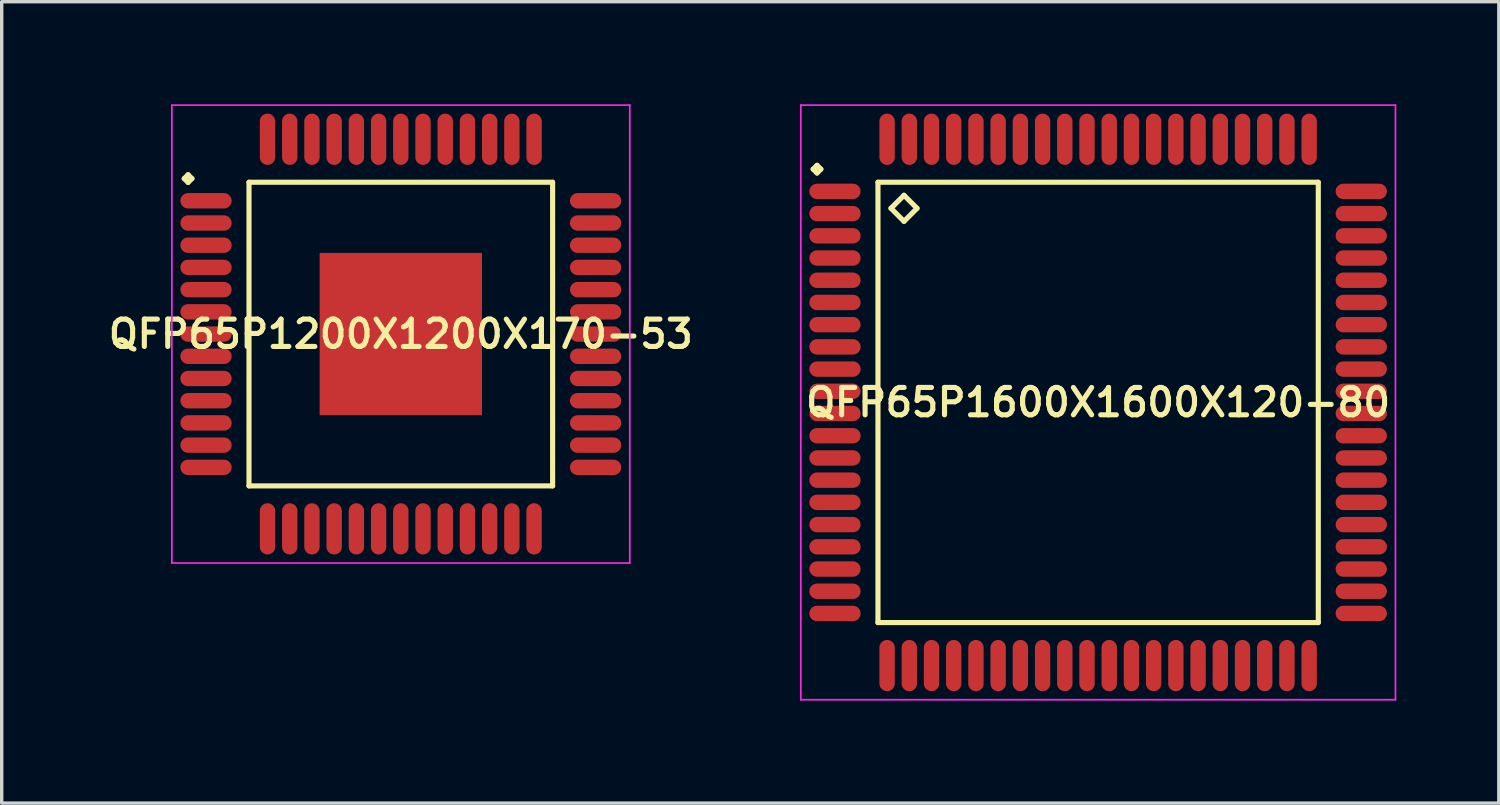
<source format=kicad_pcb>
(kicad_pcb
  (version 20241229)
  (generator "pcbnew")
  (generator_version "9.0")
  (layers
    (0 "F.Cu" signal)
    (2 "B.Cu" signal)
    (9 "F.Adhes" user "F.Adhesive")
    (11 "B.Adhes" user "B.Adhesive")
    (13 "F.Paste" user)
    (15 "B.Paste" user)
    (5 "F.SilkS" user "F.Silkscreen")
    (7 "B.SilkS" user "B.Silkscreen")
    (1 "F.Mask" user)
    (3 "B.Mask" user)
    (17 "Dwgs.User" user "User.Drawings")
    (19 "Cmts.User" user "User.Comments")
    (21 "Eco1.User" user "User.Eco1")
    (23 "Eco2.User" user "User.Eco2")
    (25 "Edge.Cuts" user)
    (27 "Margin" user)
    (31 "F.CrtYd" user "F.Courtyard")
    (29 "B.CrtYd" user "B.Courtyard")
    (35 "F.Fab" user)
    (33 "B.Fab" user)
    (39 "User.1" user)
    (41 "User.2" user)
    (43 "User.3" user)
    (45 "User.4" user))
  (footprint "QFP65P1200X1200X170-53"
    (layer "F.Cu")
    (at 8.678 6.725)
    (property "Reference" "QFP65P1200X1200X170-53" (at 0 0 0) (layer "F.SilkS") (effects (font (size 0.8 0.8) (thickness 0.15))))
    (attr smd)
    (fp_line (start -6.338 -4.55) (end -6.225 -4.662) (stroke (width 0.15) (type solid)) (layer "F.SilkS"))
    (fp_line (start -6.225 -4.662) (end -6.112 -4.55) (stroke (width 0.15) (type solid)) (layer "F.SilkS"))
    (fp_line (start -6.225 -4.438) (end -6.338 -4.55) (stroke (width 0.15) (type solid)) (layer "F.SilkS"))
    (fp_line (start -6.112 -4.55) (end -6.225 -4.438) (stroke (width 0.15) (type solid)) (layer "F.SilkS"))
    (fp_line (start -4.442 -4.442) (end -4.442 4.442) (stroke (width 0.15) (type solid)) (layer "F.SilkS"))
    (fp_line (start -4.442 4.442) (end 4.442 4.442) (stroke (width 0.15) (type solid)) (layer "F.SilkS"))
    (fp_line (start 4.442 -4.442) (end -4.442 -4.442) (stroke (width 0.15) (type solid)) (layer "F.SilkS"))
    (fp_line (start 4.442 4.442) (end 4.442 -4.442) (stroke (width 0.15) (type solid)) (layer "F.SilkS"))
    (fp_line (start -6.7 -6.7) (end 6.7 -6.7) (stroke (width 0.05) (type solid)) (layer "F.CrtYd"))
    (fp_line (start -6.7 6.7) (end -6.7 -6.7) (stroke (width 0.05) (type solid)) (layer "F.CrtYd"))
    (fp_line (start 6.7 -6.7) (end 6.7 6.7) (stroke (width 0.05) (type solid)) (layer "F.CrtYd"))
    (fp_line (start 6.7 6.7) (end -6.7 6.7) (stroke (width 0.05) (type solid)) (layer "F.CrtYd"))
    (pad "1" smd oval (at -5.7 -3.9) (size 1.5 0.45) (layers "F.Cu" "F.Mask" "F.Paste"))
    (pad "2" smd oval (at -5.7 -3.25) (size 1.5 0.45) (layers "F.Cu" "F.Mask" "F.Paste"))
    (pad "3" smd oval (at -5.7 -2.6) (size 1.5 0.45) (layers "F.Cu" "F.Mask" "F.Paste"))
    (pad "4" smd oval (at -5.7 -1.95) (size 1.5 0.45) (layers "F.Cu" "F.Mask" "F.Paste"))
    (pad "5" smd oval (at -5.7 -1.3) (size 1.5 0.45) (layers "F.Cu" "F.Mask" "F.Paste"))
    (pad "6" smd oval (at -5.7 -0.65) (size 1.5 0.45) (layers "F.Cu" "F.Mask" "F.Paste"))
    (pad "7" smd oval (at -5.7 0) (size 1.5 0.45) (layers "F.Cu" "F.Mask" "F.Paste"))
    (pad "8" smd oval (at -5.7 0.65) (size 1.5 0.45) (layers "F.Cu" "F.Mask" "F.Paste"))
    (pad "9" smd oval (at -5.7 1.3) (size 1.5 0.45) (layers "F.Cu" "F.Mask" "F.Paste"))
    (pad "10" smd oval (at -5.7 1.95) (size 1.5 0.45) (layers "F.Cu" "F.Mask" "F.Paste"))
    (pad "11" smd oval (at -5.7 2.6) (size 1.5 0.45) (layers "F.Cu" "F.Mask" "F.Paste"))
    (pad "12" smd oval (at -5.7 3.25) (size 1.5 0.45) (layers "F.Cu" "F.Mask" "F.Paste"))
    (pad "13" smd oval (at -5.7 3.9) (size 1.5 0.45) (layers "F.Cu" "F.Mask" "F.Paste"))
    (pad "14" smd oval (at -3.9 5.7) (size 0.45 1.5) (layers "F.Cu" "F.Mask" "F.Paste"))
    (pad "15" smd oval (at -3.25 5.7) (size 0.45 1.5) (layers "F.Cu" "F.Mask" "F.Paste"))
    (pad "16" smd oval (at -2.6 5.7) (size 0.45 1.5) (layers "F.Cu" "F.Mask" "F.Paste"))
    (pad "17" smd oval (at -1.95 5.7) (size 0.45 1.5) (layers "F.Cu" "F.Mask" "F.Paste"))
    (pad "18" smd oval (at -1.3 5.7) (size 0.45 1.5) (layers "F.Cu" "F.Mask" "F.Paste"))
    (pad "19" smd oval (at -0.65 5.7) (size 0.45 1.5) (layers "F.Cu" "F.Mask" "F.Paste"))
    (pad "20" smd oval (at 0 5.7) (size 0.45 1.5) (layers "F.Cu" "F.Mask" "F.Paste"))
    (pad "21" smd oval (at 0.65 5.7) (size 0.45 1.5) (layers "F.Cu" "F.Mask" "F.Paste"))
    (pad "22" smd oval (at 1.3 5.7) (size 0.45 1.5) (layers "F.Cu" "F.Mask" "F.Paste"))
    (pad "23" smd oval (at 1.95 5.7) (size 0.45 1.5) (layers "F.Cu" "F.Mask" "F.Paste"))
    (pad "24" smd oval (at 2.6 5.7) (size 0.45 1.5) (layers "F.Cu" "F.Mask" "F.Paste"))
    (pad "25" smd oval (at 3.25 5.7) (size 0.45 1.5) (layers "F.Cu" "F.Mask" "F.Paste"))
    (pad "26" smd oval (at 3.9 5.7) (size 0.45 1.5) (layers "F.Cu" "F.Mask" "F.Paste"))
    (pad "27" smd oval (at 5.7 3.9) (size 1.5 0.45) (layers "F.Cu" "F.Mask" "F.Paste"))
    (pad "28" smd oval (at 5.7 3.25) (size 1.5 0.45) (layers "F.Cu" "F.Mask" "F.Paste"))
    (pad "29" smd oval (at 5.7 2.6) (size 1.5 0.45) (layers "F.Cu" "F.Mask" "F.Paste"))
    (pad "30" smd oval (at 5.7 1.95) (size 1.5 0.45) (layers "F.Cu" "F.Mask" "F.Paste"))
    (pad "31" smd oval (at 5.7 1.3) (size 1.5 0.45) (layers "F.Cu" "F.Mask" "F.Paste"))
    (pad "32" smd oval (at 5.7 0.65) (size 1.5 0.45) (layers "F.Cu" "F.Mask" "F.Paste"))
    (pad "33" smd oval (at 5.7 0) (size 1.5 0.45) (layers "F.Cu" "F.Mask" "F.Paste"))
    (pad "34" smd oval (at 5.7 -0.65) (size 1.5 0.45) (layers "F.Cu" "F.Mask" "F.Paste"))
    (pad "35" smd oval (at 5.7 -1.3) (size 1.5 0.45) (layers "F.Cu" "F.Mask" "F.Paste"))
    (pad "36" smd oval (at 5.7 -1.95) (size 1.5 0.45) (layers "F.Cu" "F.Mask" "F.Paste"))
    (pad "37" smd oval (at 5.7 -2.6) (size 1.5 0.45) (layers "F.Cu" "F.Mask" "F.Paste"))
    (pad "38" smd oval (at 5.7 -3.25) (size 1.5 0.45) (layers "F.Cu" "F.Mask" "F.Paste"))
    (pad "39" smd oval (at 5.7 -3.9) (size 1.5 0.45) (layers "F.Cu" "F.Mask" "F.Paste"))
    (pad "40" smd oval (at 3.9 -5.7) (size 0.45 1.5) (layers "F.Cu" "F.Mask" "F.Paste"))
    (pad "41" smd oval (at 3.25 -5.7) (size 0.45 1.5) (layers "F.Cu" "F.Mask" "F.Paste"))
    (pad "42" smd oval (at 2.6 -5.7) (size 0.45 1.5) (layers "F.Cu" "F.Mask" "F.Paste"))
    (pad "43" smd oval (at 1.95 -5.7) (size 0.45 1.5) (layers "F.Cu" "F.Mask" "F.Paste"))
    (pad "44" smd oval (at 1.3 -5.7) (size 0.45 1.5) (layers "F.Cu" "F.Mask" "F.Paste"))
    (pad "45" smd oval (at 0.65 -5.7) (size 0.45 1.5) (layers "F.Cu" "F.Mask" "F.Paste"))
    (pad "46" smd oval (at 0 -5.7) (size 0.45 1.5) (layers "F.Cu" "F.Mask" "F.Paste"))
    (pad "47" smd oval (at -0.65 -5.7) (size 0.45 1.5) (layers "F.Cu" "F.Mask" "F.Paste"))
    (pad "48" smd oval (at -1.3 -5.7) (size 0.45 1.5) (layers "F.Cu" "F.Mask" "F.Paste"))
    (pad "49" smd oval (at -1.95 -5.7) (size 0.45 1.5) (layers "F.Cu" "F.Mask" "F.Paste"))
    (pad "50" smd oval (at -2.6 -5.7) (size 0.45 1.5) (layers "F.Cu" "F.Mask" "F.Paste"))
    (pad "51" smd oval (at -3.25 -5.7) (size 0.45 1.5) (layers "F.Cu" "F.Mask" "F.Paste"))
    (pad "52" smd oval (at -3.9 -5.7) (size 0.45 1.5) (layers "F.Cu" "F.Mask" "F.Paste"))
    (pad "53" smd rect (at 0 0) (size 4.75 4.75) (layers "F.Cu" "F.Mask" "F.Paste")))
  (footprint "QFP65P1600X1600X120-80"
    (layer "F.Cu")
    (at 29.082 8.725)
    (property "Reference" "QFP65P1600X1600X120-80" (at 0 0 0) (layer "F.SilkS") (effects (font (size 0.8 0.8) (thickness 0.15))))
    (attr smd)
    (fp_line (start -8.338 -6.825) (end -8.225 -6.938) (stroke (width 0.15) (type solid)) (layer "F.SilkS"))
    (fp_line (start -8.225 -6.938) (end -8.113 -6.825) (stroke (width 0.15) (type solid)) (layer "F.SilkS"))
    (fp_line (start -8.225 -6.713) (end -8.338 -6.825) (stroke (width 0.15) (type solid)) (layer "F.SilkS"))
    (fp_line (start -8.113 -6.825) (end -8.225 -6.713) (stroke (width 0.15) (type solid)) (layer "F.SilkS"))
    (fp_line (start -6.442 -6.442) (end -6.442 6.442) (stroke (width 0.15) (type solid)) (layer "F.SilkS"))
    (fp_line (start -6.442 6.442) (end 6.442 6.442) (stroke (width 0.15) (type solid)) (layer "F.SilkS"))
    (fp_line (start -6.061 -5.68) (end -5.68 -6.061) (stroke (width 0.15) (type solid)) (layer "F.SilkS"))
    (fp_line (start -5.68 -6.061) (end -5.299 -5.68) (stroke (width 0.15) (type solid)) (layer "F.SilkS"))
    (fp_line (start -5.68 -5.299) (end -6.061 -5.68) (stroke (width 0.15) (type solid)) (layer "F.SilkS"))
    (fp_line (start -5.299 -5.68) (end -5.68 -5.299) (stroke (width 0.15) (type solid)) (layer "F.SilkS"))
    (fp_line (start 6.442 -6.442) (end -6.442 -6.442) (stroke (width 0.15) (type solid)) (layer "F.SilkS"))
    (fp_line (start 6.442 6.442) (end 6.442 -6.442) (stroke (width 0.15) (type solid)) (layer "F.SilkS"))
    (fp_line (start -8.7 -8.7) (end 8.7 -8.7) (stroke (width 0.05) (type solid)) (layer "F.CrtYd"))
    (fp_line (start -8.7 8.7) (end -8.7 -8.7) (stroke (width 0.05) (type solid)) (layer "F.CrtYd"))
    (fp_line (start 8.7 -8.7) (end 8.7 8.7) (stroke (width 0.05) (type solid)) (layer "F.CrtYd"))
    (fp_line (start 8.7 8.7) (end -8.7 8.7) (stroke (width 0.05) (type solid)) (layer "F.CrtYd"))
    (pad "1" smd oval (at -7.7 -6.175) (size 1.5 0.45) (layers "F.Cu" "F.Mask" "F.Paste"))
    (pad "2" smd oval (at -7.7 -5.525) (size 1.5 0.45) (layers "F.Cu" "F.Mask" "F.Paste"))
    (pad "3" smd oval (at -7.7 -4.875) (size 1.5 0.45) (layers "F.Cu" "F.Mask" "F.Paste"))
    (pad "4" smd oval (at -7.7 -4.225) (size 1.5 0.45) (layers "F.Cu" "F.Mask" "F.Paste"))
    (pad "5" smd oval (at -7.7 -3.575) (size 1.5 0.45) (layers "F.Cu" "F.Mask" "F.Paste"))
    (pad "6" smd oval (at -7.7 -2.925) (size 1.5 0.45) (layers "F.Cu" "F.Mask" "F.Paste"))
    (pad "7" smd oval (at -7.7 -2.275) (size 1.5 0.45) (layers "F.Cu" "F.Mask" "F.Paste"))
    (pad "8" smd oval (at -7.7 -1.625) (size 1.5 0.45) (layers "F.Cu" "F.Mask" "F.Paste"))
    (pad "9" smd oval (at -7.7 -0.975) (size 1.5 0.45) (layers "F.Cu" "F.Mask" "F.Paste"))
    (pad "10" smd oval (at -7.7 -0.325) (size 1.5 0.45) (layers "F.Cu" "F.Mask" "F.Paste"))
    (pad "11" smd oval (at -7.7 0.325) (size 1.5 0.45) (layers "F.Cu" "F.Mask" "F.Paste"))
    (pad "12" smd oval (at -7.7 0.975) (size 1.5 0.45) (layers "F.Cu" "F.Mask" "F.Paste"))
    (pad "13" smd oval (at -7.7 1.625) (size 1.5 0.45) (layers "F.Cu" "F.Mask" "F.Paste"))
    (pad "14" smd oval (at -7.7 2.275) (size 1.5 0.45) (layers "F.Cu" "F.Mask" "F.Paste"))
    (pad "15" smd oval (at -7.7 2.925) (size 1.5 0.45) (layers "F.Cu" "F.Mask" "F.Paste"))
    (pad "16" smd oval (at -7.7 3.575) (size 1.5 0.45) (layers "F.Cu" "F.Mask" "F.Paste"))
    (pad "17" smd oval (at -7.7 4.225) (size 1.5 0.45) (layers "F.Cu" "F.Mask" "F.Paste"))
    (pad "18" smd oval (at -7.7 4.875) (size 1.5 0.45) (layers "F.Cu" "F.Mask" "F.Paste"))
    (pad "19" smd oval (at -7.7 5.525) (size 1.5 0.45) (layers "F.Cu" "F.Mask" "F.Paste"))
    (pad "20" smd oval (at -7.7 6.175) (size 1.5 0.45) (layers "F.Cu" "F.Mask" "F.Paste"))
    (pad "21" smd oval (at -6.175 7.7) (size 0.45 1.5) (layers "F.Cu" "F.Mask" "F.Paste"))
    (pad "22" smd oval (at -5.525 7.7) (size 0.45 1.5) (layers "F.Cu" "F.Mask" "F.Paste"))
    (pad "23" smd oval (at -4.875 7.7) (size 0.45 1.5) (layers "F.Cu" "F.Mask" "F.Paste"))
    (pad "24" smd oval (at -4.225 7.7) (size 0.45 1.5) (layers "F.Cu" "F.Mask" "F.Paste"))
    (pad "25" smd oval (at -3.575 7.7) (size 0.45 1.5) (layers "F.Cu" "F.Mask" "F.Paste"))
    (pad "26" smd oval (at -2.925 7.7) (size 0.45 1.5) (layers "F.Cu" "F.Mask" "F.Paste"))
    (pad "27" smd oval (at -2.275 7.7) (size 0.45 1.5) (layers "F.Cu" "F.Mask" "F.Paste"))
    (pad "28" smd oval (at -1.625 7.7) (size 0.45 1.5) (layers "F.Cu" "F.Mask" "F.Paste"))
    (pad "29" smd oval (at -0.975 7.7) (size 0.45 1.5) (layers "F.Cu" "F.Mask" "F.Paste"))
    (pad "30" smd oval (at -0.325 7.7) (size 0.45 1.5) (layers "F.Cu" "F.Mask" "F.Paste"))
    (pad "31" smd oval (at 0.325 7.7) (size 0.45 1.5) (layers "F.Cu" "F.Mask" "F.Paste"))
    (pad "32" smd oval (at 0.975 7.7) (size 0.45 1.5) (layers "F.Cu" "F.Mask" "F.Paste"))
    (pad "33" smd oval (at 1.625 7.7) (size 0.45 1.5) (layers "F.Cu" "F.Mask" "F.Paste"))
    (pad "34" smd oval (at 2.275 7.7) (size 0.45 1.5) (layers "F.Cu" "F.Mask" "F.Paste"))
    (pad "35" smd oval (at 2.925 7.7) (size 0.45 1.5) (layers "F.Cu" "F.Mask" "F.Paste"))
    (pad "36" smd oval (at 3.575 7.7) (size 0.45 1.5) (layers "F.Cu" "F.Mask" "F.Paste"))
    (pad "37" smd oval (at 4.225 7.7) (size 0.45 1.5) (layers "F.Cu" "F.Mask" "F.Paste"))
    (pad "38" smd oval (at 4.875 7.7) (size 0.45 1.5) (layers "F.Cu" "F.Mask" "F.Paste"))
    (pad "39" smd oval (at 5.525 7.7) (size 0.45 1.5) (layers "F.Cu" "F.Mask" "F.Paste"))
    (pad "40" smd oval (at 6.175 7.7) (size 0.45 1.5) (layers "F.Cu" "F.Mask" "F.Paste"))
    (pad "41" smd oval (at 7.7 6.175) (size 1.5 0.45) (layers "F.Cu" "F.Mask" "F.Paste"))
    (pad "42" smd oval (at 7.7 5.525) (size 1.5 0.45) (layers "F.Cu" "F.Mask" "F.Paste"))
    (pad "43" smd oval (at 7.7 4.875) (size 1.5 0.45) (layers "F.Cu" "F.Mask" "F.Paste"))
    (pad "44" smd oval (at 7.7 4.225) (size 1.5 0.45) (layers "F.Cu" "F.Mask" "F.Paste"))
    (pad "45" smd oval (at 7.7 3.575) (size 1.5 0.45) (layers "F.Cu" "F.Mask" "F.Paste"))
    (pad "46" smd oval (at 7.7 2.925) (size 1.5 0.45) (layers "F.Cu" "F.Mask" "F.Paste"))
    (pad "47" smd oval (at 7.7 2.275) (size 1.5 0.45) (layers "F.Cu" "F.Mask" "F.Paste"))
    (pad "48" smd oval (at 7.7 1.625) (size 1.5 0.45) (layers "F.Cu" "F.Mask" "F.Paste"))
    (pad "49" smd oval (at 7.7 0.975) (size 1.5 0.45) (layers "F.Cu" "F.Mask" "F.Paste"))
    (pad "50" smd oval (at 7.7 0.325) (size 1.5 0.45) (layers "F.Cu" "F.Mask" "F.Paste"))
    (pad "51" smd oval (at 7.7 -0.325) (size 1.5 0.45) (layers "F.Cu" "F.Mask" "F.Paste"))
    (pad "52" smd oval (at 7.7 -0.975) (size 1.5 0.45) (layers "F.Cu" "F.Mask" "F.Paste"))
    (pad "53" smd oval (at 7.7 -1.625) (size 1.5 0.45) (layers "F.Cu" "F.Mask" "F.Paste"))
    (pad "54" smd oval (at 7.7 -2.275) (size 1.5 0.45) (layers "F.Cu" "F.Mask" "F.Paste"))
    (pad "55" smd oval (at 7.7 -2.925) (size 1.5 0.45) (layers "F.Cu" "F.Mask" "F.Paste"))
    (pad "56" smd oval (at 7.7 -3.575) (size 1.5 0.45) (layers "F.Cu" "F.Mask" "F.Paste"))
    (pad "57" smd oval (at 7.7 -4.225) (size 1.5 0.45) (layers "F.Cu" "F.Mask" "F.Paste"))
    (pad "58" smd oval (at 7.7 -4.875) (size 1.5 0.45) (layers "F.Cu" "F.Mask" "F.Paste"))
    (pad "59" smd oval (at 7.7 -5.525) (size 1.5 0.45) (layers "F.Cu" "F.Mask" "F.Paste"))
    (pad "60" smd oval (at 7.7 -6.175) (size 1.5 0.45) (layers "F.Cu" "F.Mask" "F.Paste"))
    (pad "61" smd oval (at 6.175 -7.7) (size 0.45 1.5) (layers "F.Cu" "F.Mask" "F.Paste"))
    (pad "62" smd oval (at 5.525 -7.7) (size 0.45 1.5) (layers "F.Cu" "F.Mask" "F.Paste"))
    (pad "63" smd oval (at 4.875 -7.7) (size 0.45 1.5) (layers "F.Cu" "F.Mask" "F.Paste"))
    (pad "64" smd oval (at 4.225 -7.7) (size 0.45 1.5) (layers "F.Cu" "F.Mask" "F.Paste"))
    (pad "65" smd oval (at 3.575 -7.7) (size 0.45 1.5) (layers "F.Cu" "F.Mask" "F.Paste"))
    (pad "66" smd oval (at 2.925 -7.7) (size 0.45 1.5) (layers "F.Cu" "F.Mask" "F.Paste"))
    (pad "67" smd oval (at 2.275 -7.7) (size 0.45 1.5) (layers "F.Cu" "F.Mask" "F.Paste"))
    (pad "68" smd oval (at 1.625 -7.7) (size 0.45 1.5) (layers "F.Cu" "F.Mask" "F.Paste"))
    (pad "69" smd oval (at 0.975 -7.7) (size 0.45 1.5) (layers "F.Cu" "F.Mask" "F.Paste"))
    (pad "70" smd oval (at 0.325 -7.7) (size 0.45 1.5) (layers "F.Cu" "F.Mask" "F.Paste"))
    (pad "71" smd oval (at -0.325 -7.7) (size 0.45 1.5) (layers "F.Cu" "F.Mask" "F.Paste"))
    (pad "72" smd oval (at -0.975 -7.7) (size 0.45 1.5) (layers "F.Cu" "F.Mask" "F.Paste"))
    (pad "73" smd oval (at -1.625 -7.7) (size 0.45 1.5) (layers "F.Cu" "F.Mask" "F.Paste"))
    (pad "74" smd oval (at -2.275 -7.7) (size 0.45 1.5) (layers "F.Cu" "F.Mask" "F.Paste"))
    (pad "75" smd oval (at -2.925 -7.7) (size 0.45 1.5) (layers "F.Cu" "F.Mask" "F.Paste"))
    (pad "76" smd oval (at -3.575 -7.7) (size 0.45 1.5) (layers "F.Cu" "F.Mask" "F.Paste"))
    (pad "77" smd oval (at -4.225 -7.7) (size 0.45 1.5) (layers "F.Cu" "F.Mask" "F.Paste"))
    (pad "78" smd oval (at -4.875 -7.7) (size 0.45 1.5) (layers "F.Cu" "F.Mask" "F.Paste"))
    (pad "79" smd oval (at -5.525 -7.7) (size 0.45 1.5) (layers "F.Cu" "F.Mask" "F.Paste"))
    (pad "80" smd oval (at -6.175 -7.7) (size 0.45 1.5) (layers "F.Cu" "F.Mask" "F.Paste")))
  (gr_rect
    (start -3 -3)
    (end 40.807 20.45)
    (stroke (width 0.1) (type default))
    (fill no)
    (layer "Edge.Cuts")))
</source>
